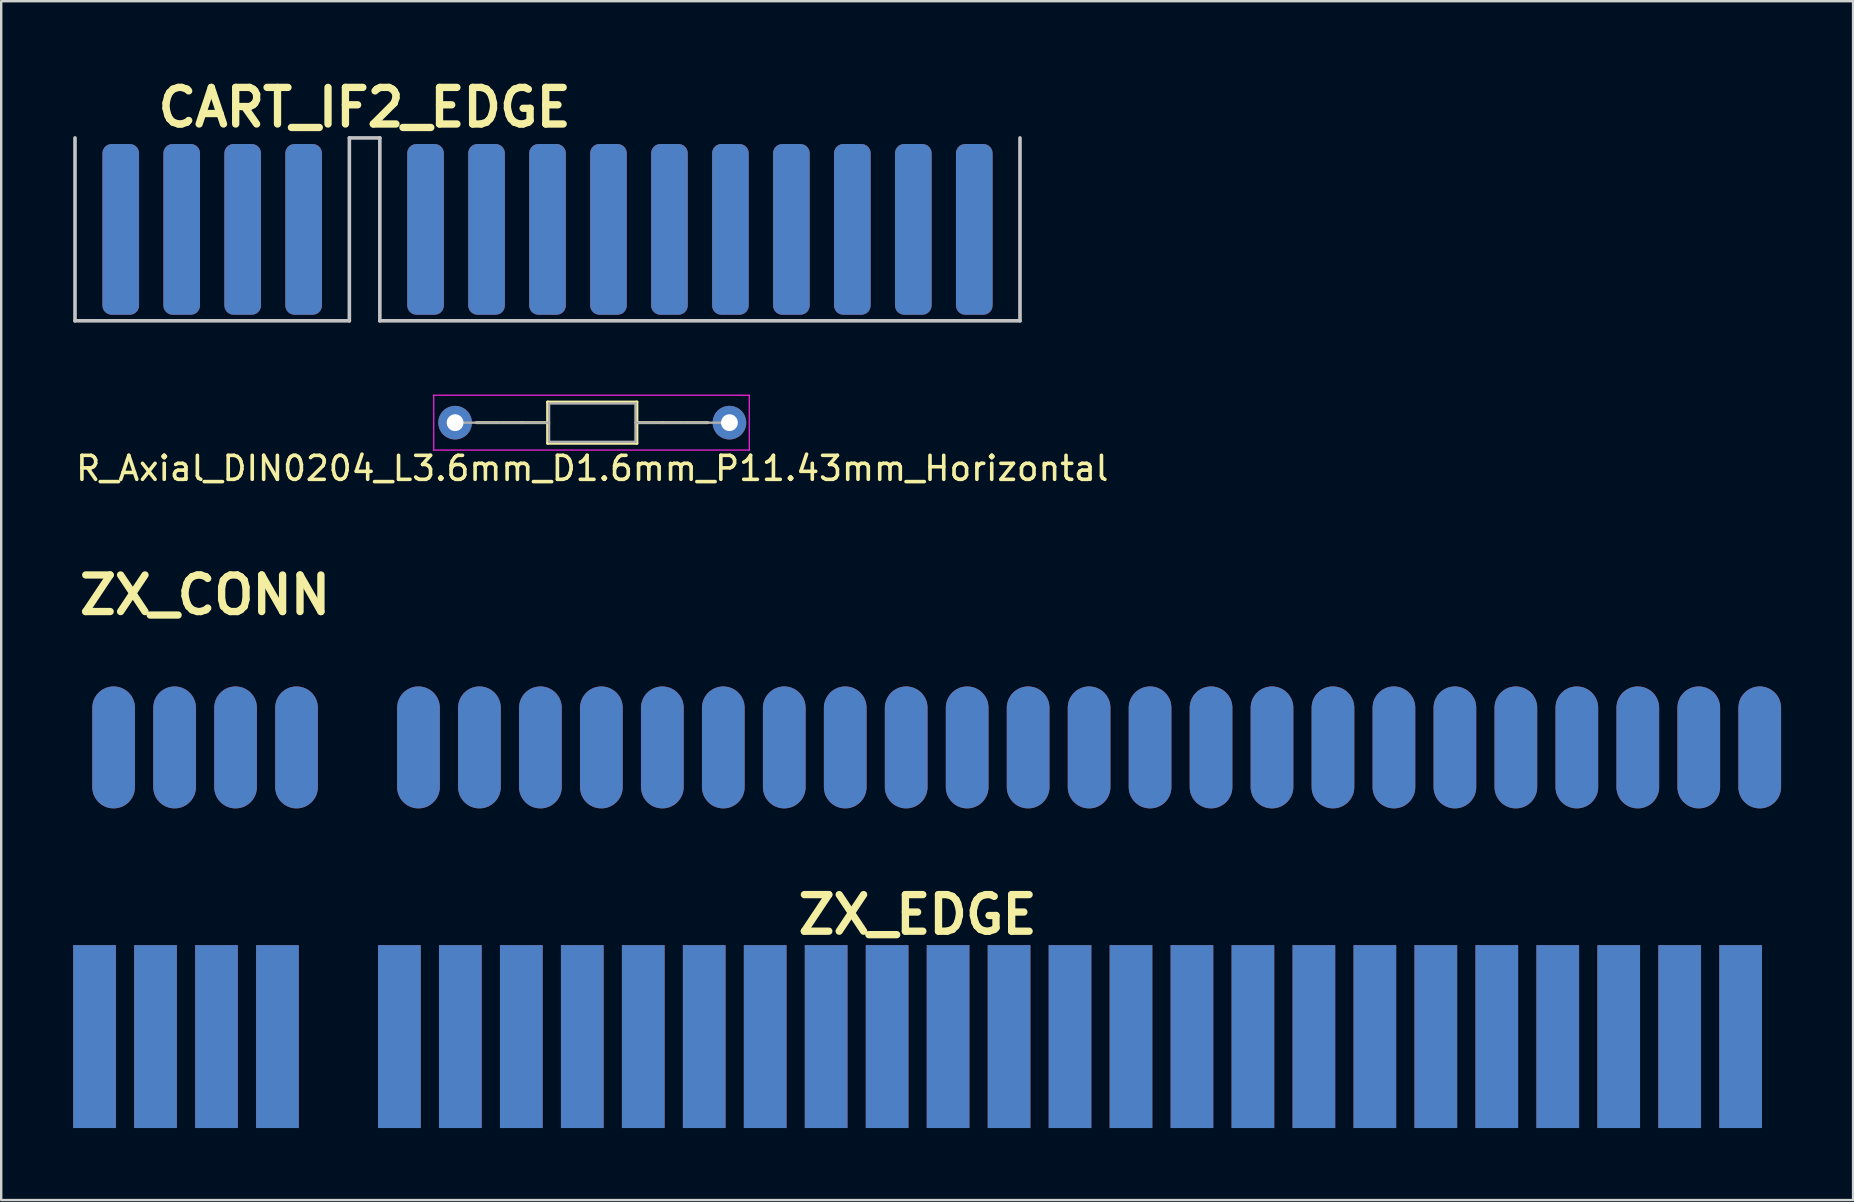
<source format=kicad_pcb>
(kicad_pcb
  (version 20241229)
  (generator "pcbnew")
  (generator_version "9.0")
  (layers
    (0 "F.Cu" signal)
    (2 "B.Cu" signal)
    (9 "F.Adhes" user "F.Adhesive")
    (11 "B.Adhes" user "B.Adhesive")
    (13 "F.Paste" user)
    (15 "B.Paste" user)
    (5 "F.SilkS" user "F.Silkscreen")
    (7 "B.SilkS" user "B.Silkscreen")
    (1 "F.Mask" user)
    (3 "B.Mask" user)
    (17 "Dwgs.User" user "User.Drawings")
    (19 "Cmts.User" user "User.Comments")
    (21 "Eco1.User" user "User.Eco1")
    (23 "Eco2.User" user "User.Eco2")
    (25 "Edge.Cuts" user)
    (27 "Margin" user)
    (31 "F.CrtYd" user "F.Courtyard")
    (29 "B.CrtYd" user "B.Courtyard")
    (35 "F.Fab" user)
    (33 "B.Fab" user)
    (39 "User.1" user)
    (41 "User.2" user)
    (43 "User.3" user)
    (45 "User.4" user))
  (footprint "R_Axial_DIN0204_L3.6mm_D1.6mm_P11.43mm_Horizontal"
    (layer "F.Cu")
    (at 17.815 14.559)
    (property "Reference" "R_Axial_DIN0204_L3.6mm_D1.6mm_P11.43mm_Horizontal" (at 3.81 1.905 0) (layer "F.SilkS") (effects (font (size 1 1) (thickness 0.15))))
    (attr through_hole)
    (fp_line (start 0.88 0) (end 1.95 0) (stroke (width 0.12) (type solid)) (layer "F.SilkS"))
    (fp_line (start 0.889 0) (end -1.016 0) (stroke (width 0.12) (type solid)) (layer "F.SilkS"))
    (fp_line (start 1.95 -0.86) (end 1.95 0.86) (stroke (width 0.12) (type solid)) (layer "F.SilkS"))
    (fp_line (start 1.95 0.86) (end 5.67 0.86) (stroke (width 0.12) (type solid)) (layer "F.SilkS"))
    (fp_line (start 5.67 -0.86) (end 1.95 -0.86) (stroke (width 0.12) (type solid)) (layer "F.SilkS"))
    (fp_line (start 5.67 0.86) (end 5.67 -0.86) (stroke (width 0.12) (type solid)) (layer "F.SilkS"))
    (fp_line (start 6.731 0) (end 8.636 0) (stroke (width 0.12) (type solid)) (layer "F.SilkS"))
    (fp_line (start 6.74 0) (end 5.67 0) (stroke (width 0.12) (type solid)) (layer "F.SilkS"))
    (fp_line (start -2.794 -1.143) (end 10.351 -1.143) (stroke (width 0.05) (type solid)) (layer "F.CrtYd"))
    (fp_line (start -2.794 1.143) (end -2.794 -1.143) (stroke (width 0.05) (type solid)) (layer "F.CrtYd"))
    (fp_line (start -2.794 1.143) (end 10.351 1.143) (stroke (width 0.05) (type solid)) (layer "F.CrtYd"))
    (fp_line (start 10.351 -1.143) (end 10.351 1.143) (stroke (width 0.05) (type solid)) (layer "F.CrtYd"))
    (fp_line (start 0 0) (end -1.905 0) (stroke (width 0.1) (type solid)) (layer "F.Fab"))
    (fp_line (start 0 0) (end 2.01 0) (stroke (width 0.1) (type solid)) (layer "F.Fab"))
    (fp_line (start 2.01 -0.8) (end 2.01 0.8) (stroke (width 0.1) (type solid)) (layer "F.Fab"))
    (fp_line (start 2.01 0.8) (end 5.61 0.8) (stroke (width 0.1) (type solid)) (layer "F.Fab"))
    (fp_line (start 5.61 -0.8) (end 2.01 -0.8) (stroke (width 0.1) (type solid)) (layer "F.Fab"))
    (fp_line (start 5.61 0.8) (end 5.61 -0.8) (stroke (width 0.1) (type solid)) (layer "F.Fab"))
    (fp_line (start 7.62 0) (end 5.61 0) (stroke (width 0.1) (type solid)) (layer "F.Fab"))
    (fp_line (start 7.62 0) (end 9.525 0) (stroke (width 0.1) (type solid)) (layer "F.Fab"))
    (pad "1" thru_hole circle (at -1.905 0) (size 1.4 1.4) (drill 0.7) (layers "*.Cu" "*.Mask"))
    (pad "2" thru_hole oval (at 9.525 0) (size 1.4 1.4) (drill 0.7) (layers "*.Cu" "*.Mask")))
  (footprint "ZX_CONN"
    (layer "F.Cu")
    (at 27.084 28.089)
    (property "Reference" "ZX_CONN" (at -21.59 -6.35 0) (layer "F.SilkS") (effects (font (size 1.524 1.524) (thickness 0.305))))
    (attr through_hole)
    (pad "A1" connect oval (at -25.4 0) (size 1.778 5.08) (layers "B.Cu" "B.Mask"))
    (pad "A2" connect oval (at -22.86 0) (size 1.778 5.08) (layers "B.Cu" "B.Mask"))
    (pad "A3" connect oval (at -20.32 0) (size 1.778 5.08) (layers "B.Cu" "B.Mask"))
    (pad "A4" connect oval (at -17.78 0) (size 1.778 5.08) (layers "B.Cu" "B.Mask"))
    (pad "A6" connect oval (at -12.7 0) (size 1.778 5.08) (layers "B.Cu" "B.Mask"))
    (pad "A7" connect oval (at -10.16 0) (size 1.778 5.08) (layers "B.Cu" "B.Mask"))
    (pad "A8" connect oval (at -7.62 0) (size 1.778 5.08) (layers "B.Cu" "B.Mask"))
    (pad "A9" connect oval (at -5.08 0) (size 1.778 5.08) (layers "B.Cu" "B.Mask"))
    (pad "A10" connect oval (at -2.54 0) (size 1.778 5.08) (layers "B.Cu" "B.Mask"))
    (pad "A11" connect oval (at 0 0) (size 1.778 5.08) (layers "B.Cu" "B.Mask"))
    (pad "A12" connect oval (at 2.54 0) (size 1.778 5.08) (layers "B.Cu" "B.Mask"))
    (pad "A13" connect oval (at 5.08 0) (size 1.778 5.08) (layers "B.Cu" "B.Mask"))
    (pad "A14" connect oval (at 7.62 0) (size 1.778 5.08) (layers "B.Cu" "B.Mask"))
    (pad "A15" connect oval (at 10.16 0) (size 1.778 5.08) (layers "B.Cu" "B.Mask"))
    (pad "A16" connect oval (at 12.7 0) (size 1.778 5.08) (layers "B.Cu" "B.Mask"))
    (pad "A17" connect oval (at 15.24 0) (size 1.778 5.08) (layers "B.Cu" "B.Mask"))
    (pad "A18" connect oval (at 17.78 0) (size 1.778 5.08) (layers "B.Cu" "B.Mask"))
    (pad "A19" connect oval (at 20.32 0) (size 1.778 5.08) (layers "B.Cu" "B.Mask"))
    (pad "A20" connect oval (at 22.86 0) (size 1.778 5.08) (layers "B.Cu" "B.Mask"))
    (pad "A21" connect oval (at 25.4 0) (size 1.778 5.08) (layers "B.Cu" "B.Mask"))
    (pad "A22" connect oval (at 27.94 0) (size 1.778 5.08) (layers "B.Cu" "B.Mask"))
    (pad "A23" connect oval (at 30.48 0) (size 1.778 5.08) (layers "B.Cu" "B.Mask"))
    (pad "A24" connect oval (at 33.02 0) (size 1.778 5.08) (layers "B.Cu" "B.Mask"))
    (pad "A25" connect oval (at 35.56 0) (size 1.778 5.08) (layers "B.Cu" "B.Mask"))
    (pad "A26" connect oval (at 38.1 0) (size 1.778 5.08) (layers "B.Cu" "B.Mask"))
    (pad "A27" connect oval (at 40.64 0) (size 1.778 5.08) (layers "B.Cu" "B.Mask"))
    (pad "A28" connect oval (at 43.18 0) (size 1.778 5.08) (layers "B.Cu" "B.Mask"))
    (pad "B1" connect oval (at -25.4 0) (size 1.778 5.08) (layers "F.Cu" "F.Mask"))
    (pad "B2" connect oval (at -22.86 0) (size 1.778 5.08) (layers "F.Cu" "F.Mask"))
    (pad "B3" connect oval (at -20.32 0) (size 1.778 5.08) (layers "F.Cu" "F.Mask"))
    (pad "B4" connect oval (at -17.78 0) (size 1.778 5.08) (layers "F.Cu" "F.Mask"))
    (pad "B6" connect oval (at -12.7 0) (size 1.778 5.08) (layers "F.Cu" "F.Mask"))
    (pad "B7" connect oval (at -10.16 0) (size 1.778 5.08) (layers "F.Cu" "F.Mask"))
    (pad "B8" connect oval (at -7.62 0) (size 1.778 5.08) (layers "F.Cu" "F.Mask"))
    (pad "B9" connect oval (at -5.08 0) (size 1.778 5.08) (layers "F.Cu" "F.Mask"))
    (pad "B10" connect oval (at -2.54 0) (size 1.778 5.08) (layers "F.Cu" "F.Mask"))
    (pad "B11" connect oval (at 0 0) (size 1.778 5.08) (layers "F.Cu" "F.Mask"))
    (pad "B12" connect oval (at 2.54 0) (size 1.778 5.08) (layers "F.Cu" "F.Mask"))
    (pad "B13" connect oval (at 5.08 0) (size 1.778 5.08) (layers "F.Cu" "F.Mask"))
    (pad "B14" connect oval (at 7.62 0) (size 1.778 5.08) (layers "F.Cu" "F.Mask"))
    (pad "B15" connect oval (at 10.16 0) (size 1.778 5.08) (layers "F.Cu" "F.Mask"))
    (pad "B16" connect oval (at 12.7 0) (size 1.778 5.08) (layers "F.Cu" "F.Mask"))
    (pad "B17" connect oval (at 15.24 0) (size 1.778 5.08) (layers "F.Cu" "F.Mask"))
    (pad "B18" connect oval (at 17.78 0) (size 1.778 5.08) (layers "F.Cu" "F.Mask"))
    (pad "B19" connect oval (at 20.32 0) (size 1.778 5.08) (layers "F.Cu" "F.Mask"))
    (pad "B20" connect oval (at 22.86 0) (size 1.778 5.08) (layers "F.Cu" "F.Mask"))
    (pad "B21" connect oval (at 25.4 0) (size 1.778 5.08) (layers "F.Cu" "F.Mask"))
    (pad "B22" connect oval (at 27.94 0) (size 1.778 5.08) (layers "F.Cu" "F.Mask"))
    (pad "B23" connect oval (at 30.48 0) (size 1.778 5.08) (layers "F.Cu" "F.Mask"))
    (pad "B24" connect oval (at 33.02 0) (size 1.778 5.08) (layers "F.Cu" "F.Mask"))
    (pad "B25" connect oval (at 35.56 0) (size 1.778 5.08) (layers "F.Cu" "F.Mask"))
    (pad "B26" connect oval (at 38.1 0) (size 1.778 5.08) (layers "F.Cu" "F.Mask"))
    (pad "B27" connect oval (at 40.64 0) (size 1.778 5.08) (layers "F.Cu" "F.Mask"))
    (pad "B28" connect oval (at 43.18 0) (size 1.778 5.08) (layers "F.Cu" "F.Mask")))
  (footprint "ZX_EDGE"
    (layer "F.Cu")
    (at 35.179 40.136)
    (property "Reference" "ZX_EDGE" (at 0 -5.08 0) (layer "F.SilkS") (effects (font (size 1.524 1.524) (thickness 0.305))))
    (attr through_hole)
    (pad "A1" connect rect (at -34.29 0) (size 1.778 7.62) (layers "B.Cu" "B.Mask"))
    (pad "A2" connect rect (at -31.75 0) (size 1.778 7.62) (layers "B.Cu" "B.Mask"))
    (pad "A3" connect rect (at -29.21 0) (size 1.778 7.62) (layers "B.Cu" "B.Mask"))
    (pad "A4" connect rect (at -26.67 0) (size 1.778 7.62) (layers "B.Cu" "B.Mask"))
    (pad "A6" connect rect (at -21.59 0) (size 1.778 7.62) (layers "B.Cu" "B.Mask"))
    (pad "A7" connect rect (at -19.05 0) (size 1.778 7.62) (layers "B.Cu" "B.Mask"))
    (pad "A8" connect rect (at -16.51 0) (size 1.778 7.62) (layers "B.Cu" "B.Mask"))
    (pad "A9" connect rect (at -13.97 0) (size 1.778 7.62) (layers "B.Cu" "B.Mask"))
    (pad "A10" connect rect (at -11.43 0) (size 1.778 7.62) (layers "B.Cu" "B.Mask"))
    (pad "A11" connect rect (at -8.89 0) (size 1.778 7.62) (layers "B.Cu" "B.Mask"))
    (pad "A12" connect rect (at -6.35 0) (size 1.778 7.62) (layers "B.Cu" "B.Mask"))
    (pad "A13" connect rect (at -3.81 0) (size 1.778 7.62) (layers "B.Cu" "B.Mask"))
    (pad "A14" connect rect (at -1.27 0) (size 1.778 7.62) (layers "B.Cu" "B.Mask"))
    (pad "A15" connect rect (at 1.27 0) (size 1.778 7.62) (layers "B.Cu" "B.Mask"))
    (pad "A16" connect rect (at 3.81 0) (size 1.778 7.62) (layers "B.Cu" "B.Mask"))
    (pad "A17" connect rect (at 6.35 0) (size 1.778 7.62) (layers "B.Cu" "B.Mask"))
    (pad "A18" connect rect (at 8.89 0) (size 1.778 7.62) (layers "B.Cu" "B.Mask"))
    (pad "A19" connect rect (at 11.43 0) (size 1.778 7.62) (layers "B.Cu" "B.Mask"))
    (pad "A20" connect rect (at 13.97 0) (size 1.778 7.62) (layers "B.Cu" "B.Mask"))
    (pad "A21" connect rect (at 16.51 0) (size 1.778 7.62) (layers "B.Cu" "B.Mask"))
    (pad "A22" connect rect (at 19.05 0) (size 1.778 7.62) (layers "B.Cu" "B.Mask"))
    (pad "A23" connect rect (at 21.59 0) (size 1.778 7.62) (layers "B.Cu" "B.Mask"))
    (pad "A24" connect rect (at 24.13 0) (size 1.778 7.62) (layers "B.Cu" "B.Mask"))
    (pad "A25" connect rect (at 26.67 0) (size 1.778 7.62) (layers "B.Cu" "B.Mask"))
    (pad "A26" connect rect (at 29.21 0) (size 1.778 7.62) (layers "B.Cu" "B.Mask"))
    (pad "A27" connect rect (at 31.75 0) (size 1.778 7.62) (layers "B.Cu" "B.Mask"))
    (pad "A28" connect rect (at 34.29 0) (size 1.778 7.62) (layers "B.Cu" "B.Mask"))
    (pad "B1" connect rect (at -34.29 0) (size 1.778 7.62) (layers "F.Cu" "F.Mask"))
    (pad "B2" connect rect (at -31.75 0) (size 1.778 7.62) (layers "F.Cu" "F.Mask"))
    (pad "B3" connect rect (at -29.21 0) (size 1.778 7.62) (layers "F.Cu" "F.Mask"))
    (pad "B4" connect rect (at -26.67 0) (size 1.778 7.62) (layers "F.Cu" "F.Mask"))
    (pad "B6" connect rect (at -21.59 0) (size 1.778 7.62) (layers "F.Cu" "F.Mask"))
    (pad "B7" connect rect (at -19.05 0) (size 1.778 7.62) (layers "F.Cu" "F.Mask"))
    (pad "B8" connect rect (at -16.51 0) (size 1.778 7.62) (layers "F.Cu" "F.Mask"))
    (pad "B9" connect rect (at -13.97 0) (size 1.778 7.62) (layers "F.Cu" "F.Mask"))
    (pad "B10" connect rect (at -11.43 0) (size 1.778 7.62) (layers "F.Cu" "F.Mask"))
    (pad "B11" connect rect (at -8.89 0) (size 1.778 7.62) (layers "F.Cu" "F.Mask"))
    (pad "B12" connect rect (at -6.35 0) (size 1.778 7.62) (layers "F.Cu" "F.Mask"))
    (pad "B13" connect rect (at -3.81 0) (size 1.778 7.62) (layers "F.Cu" "F.Mask"))
    (pad "B14" connect rect (at -1.27 0) (size 1.778 7.62) (layers "F.Cu" "F.Mask"))
    (pad "B15" connect rect (at 1.27 0) (size 1.778 7.62) (layers "F.Cu" "F.Mask"))
    (pad "B16" connect rect (at 3.81 0) (size 1.778 7.62) (layers "F.Cu" "F.Mask"))
    (pad "B17" connect rect (at 6.35 0) (size 1.778 7.62) (layers "F.Cu" "F.Mask"))
    (pad "B18" connect rect (at 8.89 0) (size 1.778 7.62) (layers "F.Cu" "F.Mask"))
    (pad "B19" connect rect (at 11.43 0) (size 1.778 7.62) (layers "F.Cu" "F.Mask"))
    (pad "B20" connect rect (at 13.97 0) (size 1.778 7.62) (layers "F.Cu" "F.Mask"))
    (pad "B21" connect rect (at 16.51 0) (size 1.778 7.62) (layers "F.Cu" "F.Mask"))
    (pad "B22" connect rect (at 19.05 0) (size 1.778 7.62) (layers "F.Cu" "F.Mask"))
    (pad "B23" connect rect (at 21.59 0) (size 1.778 7.62) (layers "F.Cu" "F.Mask"))
    (pad "B24" connect rect (at 24.13 0) (size 1.778 7.62) (layers "F.Cu" "F.Mask"))
    (pad "B25" connect rect (at 26.67 0) (size 1.778 7.62) (layers "F.Cu" "F.Mask"))
    (pad "B26" connect rect (at 29.21 0) (size 1.778 7.62) (layers "F.Cu" "F.Mask"))
    (pad "B27" connect rect (at 31.75 0) (size 1.778 7.62) (layers "F.Cu" "F.Mask"))
    (pad "B28" connect rect (at 34.29 0) (size 1.778 7.62) (layers "F.Cu" "F.Mask")))
  (footprint "CART_IF2_EDGE"
    (layer "F.Cu")
    (at 12.14 6.506)
    (property "Reference" "CART_IF2_EDGE" (at 0 -5.08 0) (layer "F.SilkS") (effects (font (size 1.524 1.524) (thickness 0.305))))
    (attr through_hole)
    (fp_poly (pts (xy 26.67 3.81) (xy 26.67 -3.81) (xy -11.43 -3.81) (xy -11.43 3.81)) (stroke (width 0.15) (type solid)) (fill yes) (layer "F.Mask"))
    (fp_poly (pts (xy 26.67 -3.81) (xy 26.67 3.81) (xy -11.43 3.81) (xy -11.43 -3.81)) (stroke (width 0.15) (type solid)) (fill yes) (layer "B.Mask"))
    (fp_line (start -12.065 -3.81) (end -12.065 3.81) (stroke (width 0.15) (type solid)) (layer "Dwgs.User"))
    (fp_line (start -12.065 3.81) (end -0.635 3.81) (stroke (width 0.15) (type solid)) (layer "Dwgs.User"))
    (fp_line (start -0.635 -3.81) (end 0.635 -3.81) (stroke (width 0.15) (type solid)) (layer "Dwgs.User"))
    (fp_line (start -0.635 3.81) (end -0.635 -3.81) (stroke (width 0.15) (type solid)) (layer "Dwgs.User"))
    (fp_line (start 0.635 -3.81) (end 0.635 3.81) (stroke (width 0.15) (type solid)) (layer "Dwgs.User"))
    (fp_line (start 0.635 3.81) (end 27.305 3.81) (stroke (width 0.15) (type solid)) (layer "Dwgs.User"))
    (fp_line (start 27.305 3.81) (end 27.305 -3.81) (stroke (width 0.15) (type solid)) (layer "Dwgs.User"))
    (pad "1" connect roundrect (at -10.16 0) (size 1.524 7.112) (layers "F.Cu") (roundrect_rratio 0.25))
    (pad "2" connect roundrect (at -10.16 0) (size 1.524 7.112) (layers "B.Cu") (roundrect_rratio 0.25))
    (pad "3" connect roundrect (at -7.62 0) (size 1.524 7.112) (layers "F.Cu") (roundrect_rratio 0.25))
    (pad "4" connect roundrect (at -7.62 0) (size 1.524 7.112) (layers "B.Cu") (roundrect_rratio 0.25))
    (pad "5" connect roundrect (at -5.08 0) (size 1.524 7.112) (layers "F.Cu") (roundrect_rratio 0.25))
    (pad "6" connect roundrect (at -5.08 0) (size 1.524 7.112) (layers "B.Cu") (roundrect_rratio 0.25))
    (pad "7" connect roundrect (at -2.54 0) (size 1.524 7.112) (layers "F.Cu") (roundrect_rratio 0.25))
    (pad "8" connect roundrect (at -2.54 0) (size 1.524 7.112) (layers "B.Cu") (roundrect_rratio 0.25))
    (pad "9" connect roundrect (at 2.54 0) (size 1.524 7.112) (layers "F.Cu") (roundrect_rratio 0.25))
    (pad "10" connect roundrect (at 2.54 0) (size 1.524 7.112) (layers "B.Cu") (roundrect_rratio 0.25))
    (pad "11" connect roundrect (at 5.08 0) (size 1.524 7.112) (layers "F.Cu") (roundrect_rratio 0.25))
    (pad "12" connect roundrect (at 5.08 0) (size 1.524 7.112) (layers "B.Cu") (roundrect_rratio 0.25))
    (pad "13" connect roundrect (at 7.62 0) (size 1.524 7.112) (layers "F.Cu") (roundrect_rratio 0.25))
    (pad "14" connect roundrect (at 7.62 0) (size 1.524 7.112) (layers "B.Cu") (roundrect_rratio 0.25))
    (pad "15" connect roundrect (at 10.16 0) (size 1.524 7.112) (layers "F.Cu") (roundrect_rratio 0.25))
    (pad "16" connect roundrect (at 10.16 0) (size 1.524 7.112) (layers "B.Cu") (roundrect_rratio 0.25))
    (pad "17" connect roundrect (at 12.7 0) (size 1.524 7.112) (layers "F.Cu") (roundrect_rratio 0.25))
    (pad "18" connect roundrect (at 12.7 0) (size 1.524 7.112) (layers "B.Cu") (roundrect_rratio 0.25))
    (pad "19" connect roundrect (at 15.24 0) (size 1.524 7.112) (layers "F.Cu") (roundrect_rratio 0.25))
    (pad "20" connect roundrect (at 15.24 0) (size 1.524 7.112) (layers "B.Cu") (roundrect_rratio 0.25))
    (pad "21" connect roundrect (at 17.78 0) (size 1.524 7.112) (layers "F.Cu") (roundrect_rratio 0.25))
    (pad "22" connect roundrect (at 17.78 0) (size 1.524 7.112) (layers "B.Cu") (roundrect_rratio 0.25))
    (pad "23" connect roundrect (at 20.32 0) (size 1.524 7.112) (layers "F.Cu") (roundrect_rratio 0.25))
    (pad "24" connect roundrect (at 20.32 0) (size 1.524 7.112) (layers "B.Cu") (roundrect_rratio 0.25))
    (pad "25" connect roundrect (at 22.86 0) (size 1.524 7.112) (layers "F.Cu") (roundrect_rratio 0.25))
    (pad "26" connect roundrect (at 22.86 0) (size 1.524 7.112) (layers "B.Cu") (roundrect_rratio 0.25))
    (pad "27" connect roundrect (at 25.4 0) (size 1.524 7.112) (layers "F.Cu") (roundrect_rratio 0.25))
    (pad "28" connect roundrect (at 25.4 0) (size 1.524 7.112) (layers "B.Cu") (roundrect_rratio 0.25)))
  (gr_rect
    (start -3 -3)
    (end 74.153 46.946)
    (stroke (width 0.1) (type default))
    (fill no)
    (layer "Edge.Cuts")))
</source>
